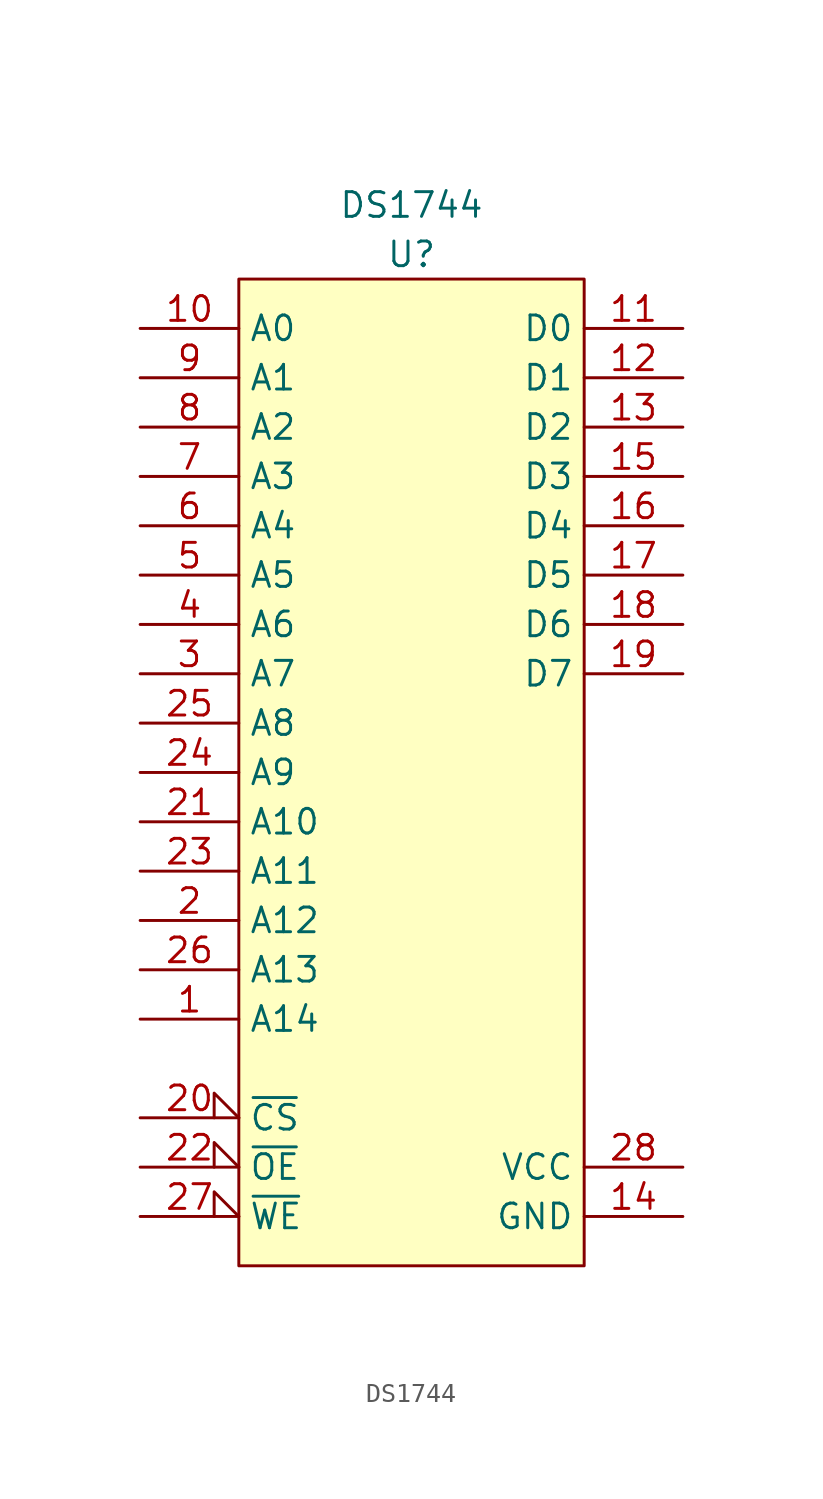
<source format=kicad_sym>
(kicad_symbol_lib
  (version 20211014)
  (generator kicad_symbol_editor)
  (symbol "68komputer-common:DS1744"
    (property "Reference" "U"
      (at 0 1.27 0)
      (effects (font (size 1.27 1.27))))
    (property "Value" "DS1744"
      (at 0 3.81 0)
      (effects (font (size 1.27 1.27))))
    (symbol "DS1744_0_1"
      (rectangle (start -8.89 0) (end 8.89 -50.8) (stroke (width 0.152) (type default) (color 0 0 0 0)) (fill (type background))))
    (symbol "DS1744_1_1"
      (pin input line (at -13.97 -38.1 0) (length 5.08) (name "A14" (effects (font (size 1.27 1.27)))) (number "1" (effects (font (size 1.27 1.27)))))
      (pin input line (at -13.97 -2.54 0) (length 5.08) (name "A0" (effects (font (size 1.27 1.27)))) (number "10" (effects (font (size 1.27 1.27)))))
      (pin tri_state line (at 13.97 -2.54 180) (length 5.08) (name "D0" (effects (font (size 1.27 1.27)))) (number "11" (effects (font (size 1.27 1.27)))))
      (pin tri_state line (at 13.97 -5.08 180) (length 5.08) (name "D1" (effects (font (size 1.27 1.27)))) (number "12" (effects (font (size 1.27 1.27)))))
      (pin tri_state line (at 13.97 -7.62 180) (length 5.08) (name "D2" (effects (font (size 1.27 1.27)))) (number "13" (effects (font (size 1.27 1.27)))))
      (pin power_in line (at 13.97 -48.26 180) (length 5.08) (name "GND" (effects (font (size 1.27 1.27)))) (number "14" (effects (font (size 1.27 1.27)))))
      (pin tri_state line (at 13.97 -10.16 180) (length 5.08) (name "D3" (effects (font (size 1.27 1.27)))) (number "15" (effects (font (size 1.27 1.27)))))
      (pin tri_state line (at 13.97 -12.7 180) (length 5.08) (name "D4" (effects (font (size 1.27 1.27)))) (number "16" (effects (font (size 1.27 1.27)))))
      (pin tri_state line (at 13.97 -15.24 180) (length 5.08) (name "D5" (effects (font (size 1.27 1.27)))) (number "17" (effects (font (size 1.27 1.27)))))
      (pin tri_state line (at 13.97 -17.78 180) (length 5.08) (name "D6" (effects (font (size 1.27 1.27)))) (number "18" (effects (font (size 1.27 1.27)))))
      (pin tri_state line (at 13.97 -20.32 180) (length 5.08) (name "D7" (effects (font (size 1.27 1.27)))) (number "19" (effects (font (size 1.27 1.27)))))
      (pin input line (at -13.97 -33.02 0) (length 5.08) (name "A12" (effects (font (size 1.27 1.27)))) (number "2" (effects (font (size 1.27 1.27)))))
      (pin input input_low (at -13.97 -43.18 0) (length 5.08) (name "~{CS}" (effects (font (size 1.27 1.27)))) (number "20" (effects (font (size 1.27 1.27)))))
      (pin input line (at -13.97 -27.94 0) (length 5.08) (name "A10" (effects (font (size 1.27 1.27)))) (number "21" (effects (font (size 1.27 1.27)))))
      (pin input input_low (at -13.97 -45.72 0) (length 5.08) (name "~{OE}" (effects (font (size 1.27 1.27)))) (number "22" (effects (font (size 1.27 1.27)))))
      (pin input line (at -13.97 -30.48 0) (length 5.08) (name "A11" (effects (font (size 1.27 1.27)))) (number "23" (effects (font (size 1.27 1.27)))))
      (pin input line (at -13.97 -25.4 0) (length 5.08) (name "A9" (effects (font (size 1.27 1.27)))) (number "24" (effects (font (size 1.27 1.27)))))
      (pin input line (at -13.97 -22.86 0) (length 5.08) (name "A8" (effects (font (size 1.27 1.27)))) (number "25" (effects (font (size 1.27 1.27)))))
      (pin input line (at -13.97 -35.56 0) (length 5.08) (name "A13" (effects (font (size 1.27 1.27)))) (number "26" (effects (font (size 1.27 1.27)))))
      (pin input input_low (at -13.97 -48.26 0) (length 5.08) (name "~{WE}" (effects (font (size 1.27 1.27)))) (number "27" (effects (font (size 1.27 1.27)))))
      (pin power_in line (at 13.97 -45.72 180) (length 5.08) (name "VCC" (effects (font (size 1.27 1.27)))) (number "28" (effects (font (size 1.27 1.27)))))
      (pin input line (at -13.97 -20.32 0) (length 5.08) (name "A7" (effects (font (size 1.27 1.27)))) (number "3" (effects (font (size 1.27 1.27)))))
      (pin input line (at -13.97 -17.78 0) (length 5.08) (name "A6" (effects (font (size 1.27 1.27)))) (number "4" (effects (font (size 1.27 1.27)))))
      (pin input line (at -13.97 -15.24 0) (length 5.08) (name "A5" (effects (font (size 1.27 1.27)))) (number "5" (effects (font (size 1.27 1.27)))))
      (pin input line (at -13.97 -12.7 0) (length 5.08) (name "A4" (effects (font (size 1.27 1.27)))) (number "6" (effects (font (size 1.27 1.27)))))
      (pin input line (at -13.97 -10.16 0) (length 5.08) (name "A3" (effects (font (size 1.27 1.27)))) (number "7" (effects (font (size 1.27 1.27)))))
      (pin input line (at -13.97 -7.62 0) (length 5.08) (name "A2" (effects (font (size 1.27 1.27)))) (number "8" (effects (font (size 1.27 1.27)))))
      (pin input line (at -13.97 -5.08 0) (length 5.08) (name "A1" (effects (font (size 1.27 1.27)))) (number "9" (effects (font (size 1.27 1.27))))))))
</source>
